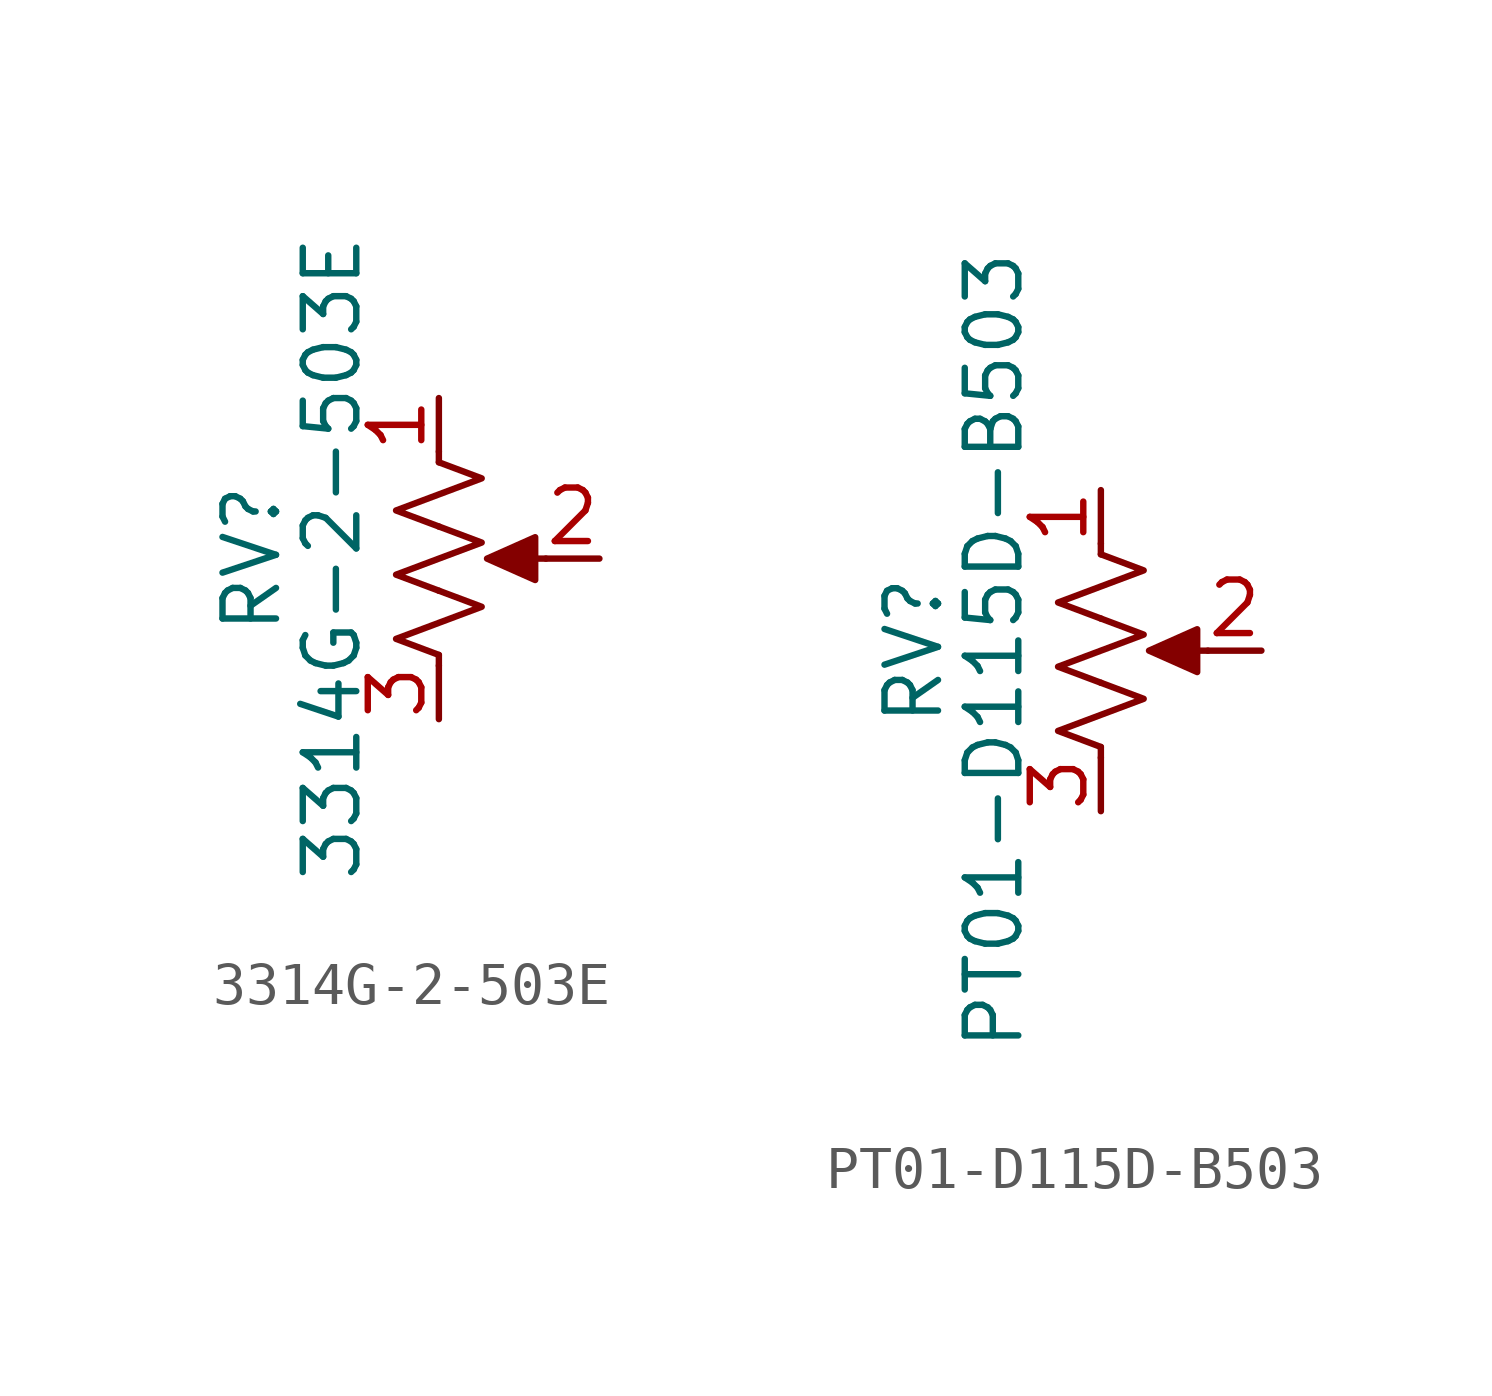
<source format=kicad_sym>
(kicad_symbol_lib
  (version 20241209)
  (generator "kicad_symbol_editor")
  (generator_version "9.0")
  (symbol "3314G-2-503E"
    (pin_names
      (offset 1.016)
      (hide yes))
    (property "Reference" "RV"
      (at -4.445 0 90)
      (effects (font (size 1.27 1.27))))
    (property "Value" "3314G-2-503E"
      (at -2.54 0 90)
      (effects (font (size 1.27 1.27))))
    (symbol "3314G-2-503E_0_1"
      (polyline (pts (xy 0 2.54) (xy 0 2.286)) (stroke (width 0) (type default)) (fill (type none)))
      (polyline (pts (xy 0 2.286) (xy 1.016 1.905) (xy 0 1.524) (xy -1.016 1.143) (xy 0 0.762)) (stroke (width 0) (type default)) (fill (type none)))
      (polyline (pts (xy 0 0.762) (xy 1.016 0.381) (xy 0 0) (xy -1.016 -0.381) (xy 0 -0.762)) (stroke (width 0) (type default)) (fill (type none)))
      (polyline (pts (xy 0 -0.762) (xy 1.016 -1.143) (xy 0 -1.524) (xy -1.016 -1.905) (xy 0 -2.286)) (stroke (width 0) (type default)) (fill (type none)))
      (polyline (pts (xy 0 -2.286) (xy 0 -2.54)) (stroke (width 0) (type default)) (fill (type none)))
      (polyline (pts (xy 1.143 0) (xy 2.286 0.508) (xy 2.286 -0.508) (xy 1.143 0)) (stroke (width 0) (type default)) (fill (type outline)))
      (polyline (pts (xy 2.54 0) (xy 1.524 0)) (stroke (width 0) (type default)) (fill (type none))))
    (symbol "3314G-2-503E_1_1"
      (pin passive line (at 0 3.81 270) (length 1.27) (name "1" (effects (font (size 1.27 1.27)))) (number "1" (effects (font (size 1.27 1.27)))))
      (pin passive line (at 0 -3.81 90) (length 1.27) (name "3" (effects (font (size 1.27 1.27)))) (number "3" (effects (font (size 1.27 1.27)))))
      (pin passive line (at 3.81 0 180) (length 1.27) (name "2" (effects (font (size 1.27 1.27)))) (number "2" (effects (font (size 1.27 1.27)))))))
  (symbol "PT01-D115D-B503"
    (pin_names
      (offset 1.016)
      (hide yes))
    (property "Reference" "RV"
      (at -4.445 0 90)
      (effects (font (size 1.27 1.27))))
    (property "Value" "PT01-D115D-B503"
      (at -2.54 0 90)
      (effects (font (size 1.27 1.27))))
    (symbol "PT01-D115D-B503_0_1"
      (polyline (pts (xy 0 2.54) (xy 0 2.286)) (stroke (width 0) (type default)) (fill (type none)))
      (polyline (pts (xy 0 2.286) (xy 1.016 1.905) (xy 0 1.524) (xy -1.016 1.143) (xy 0 0.762)) (stroke (width 0) (type default)) (fill (type none)))
      (polyline (pts (xy 0 0.762) (xy 1.016 0.381) (xy 0 0) (xy -1.016 -0.381) (xy 0 -0.762)) (stroke (width 0) (type default)) (fill (type none)))
      (polyline (pts (xy 0 -0.762) (xy 1.016 -1.143) (xy 0 -1.524) (xy -1.016 -1.905) (xy 0 -2.286)) (stroke (width 0) (type default)) (fill (type none)))
      (polyline (pts (xy 0 -2.286) (xy 0 -2.54)) (stroke (width 0) (type default)) (fill (type none)))
      (polyline (pts (xy 1.143 0) (xy 2.286 0.508) (xy 2.286 -0.508) (xy 1.143 0)) (stroke (width 0) (type default)) (fill (type outline)))
      (polyline (pts (xy 2.54 0) (xy 1.524 0)) (stroke (width 0) (type default)) (fill (type none))))
    (symbol "PT01-D115D-B503_1_1"
      (pin passive line (at 0 3.81 270) (length 1.27) (name "1" (effects (font (size 1.27 1.27)))) (number "1" (effects (font (size 1.27 1.27)))))
      (pin passive line (at 0 -3.81 90) (length 1.27) (name "3" (effects (font (size 1.27 1.27)))) (number "3" (effects (font (size 1.27 1.27)))))
      (pin passive line (at 3.81 0 180) (length 1.27) (name "2" (effects (font (size 1.27 1.27)))) (number "2" (effects (font (size 1.27 1.27))))))))
</source>
